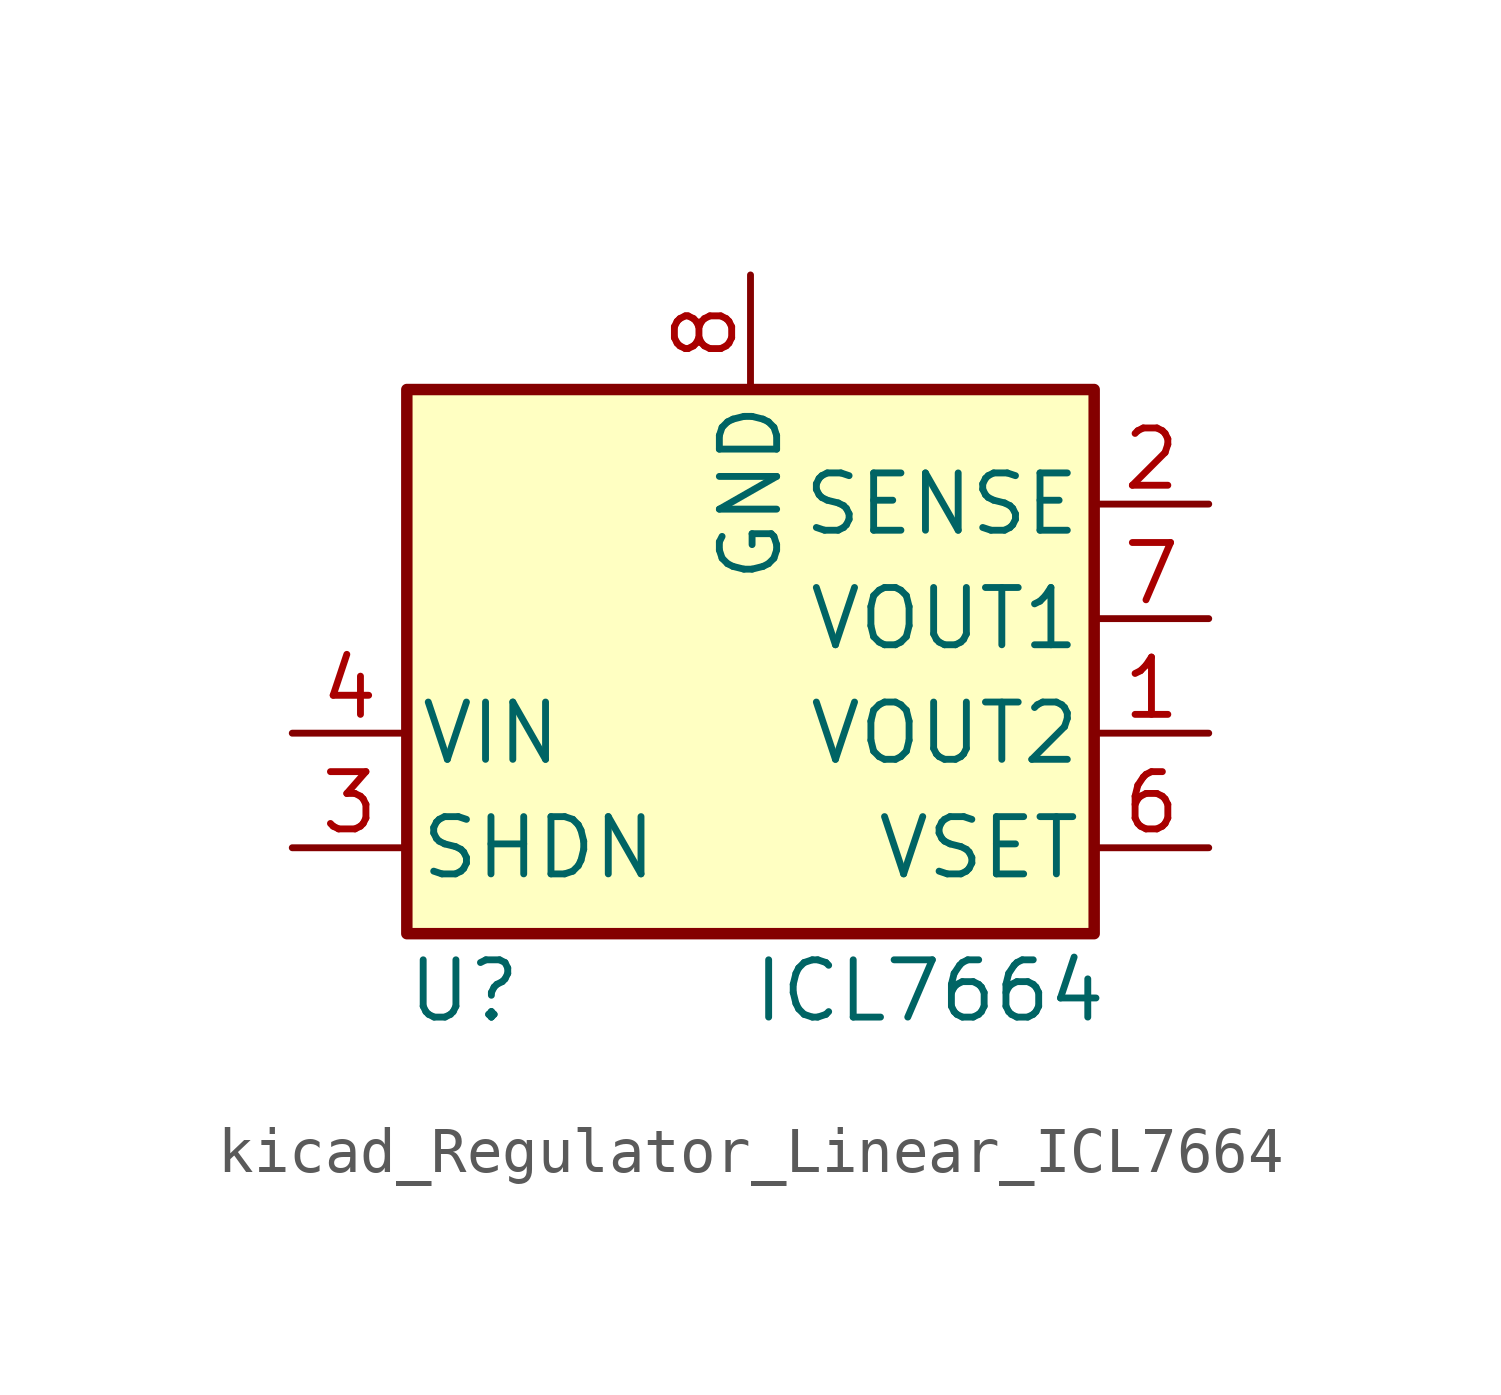
<source format=kicad_sym>
(kicad_symbol_lib
  (version 20220914)
  (generator kicad_symbol_editor)
  (symbol "kicad_Regulator_Linear_ICL7664"
    (pin_names
      (offset 0.254))
    (property "Reference" "U"
      (at -6.35 -8.255 0)
      (effects (font (size 1.27 1.27))))
    (property "Value" "ICL7664"
      (at 0 -8.255 0)
      (effects (font (size 1.27 1.27)) (justify left)))
    (symbol "kicad_Regulator_Linear_ICL7664_0_1"
      (rectangle (start -7.62 -6.985) (end 7.62 5.08) (stroke (width 0.254) (type default)) (fill (type background))))
    (symbol "kicad_Regulator_Linear_ICL7664_1_1"
      (pin power_out line (at 10.16 -2.54 180) (length 2.54) (name "VOUT2" (effects (font (size 1.27 1.27)))) (number "1" (effects (font (size 1.27 1.27)))))
      (pin input line (at 10.16 2.54 180) (length 2.54) (name "SENSE" (effects (font (size 1.27 1.27)))) (number "2" (effects (font (size 1.27 1.27)))))
      (pin input line (at -10.16 -5.08 0) (length 2.54) (name "SHDN" (effects (font (size 1.27 1.27)))) (number "3" (effects (font (size 1.27 1.27)))))
      (pin power_in line (at -10.16 -2.54 0) (length 2.54) (name "VIN" (effects (font (size 1.27 1.27)))) (number "4" (effects (font (size 1.27 1.27)))))
      (pin input line (at -10.16 -5.08 0) (length 2.54) hide (name "SHDN" (effects (font (size 1.27 1.27)))) (number "5" (effects (font (size 1.27 1.27)))))
      (pin input line (at 10.16 -5.08 180) (length 2.54) (name "VSET" (effects (font (size 1.27 1.27)))) (number "6" (effects (font (size 1.27 1.27)))))
      (pin power_out line (at 10.16 0 180) (length 2.54) (name "VOUT1" (effects (font (size 1.27 1.27)))) (number "7" (effects (font (size 1.27 1.27)))))
      (pin power_in line (at 0 7.62 270) (length 2.54) (name "GND" (effects (font (size 1.27 1.27)))) (number "8" (effects (font (size 1.27 1.27))))))))
</source>
